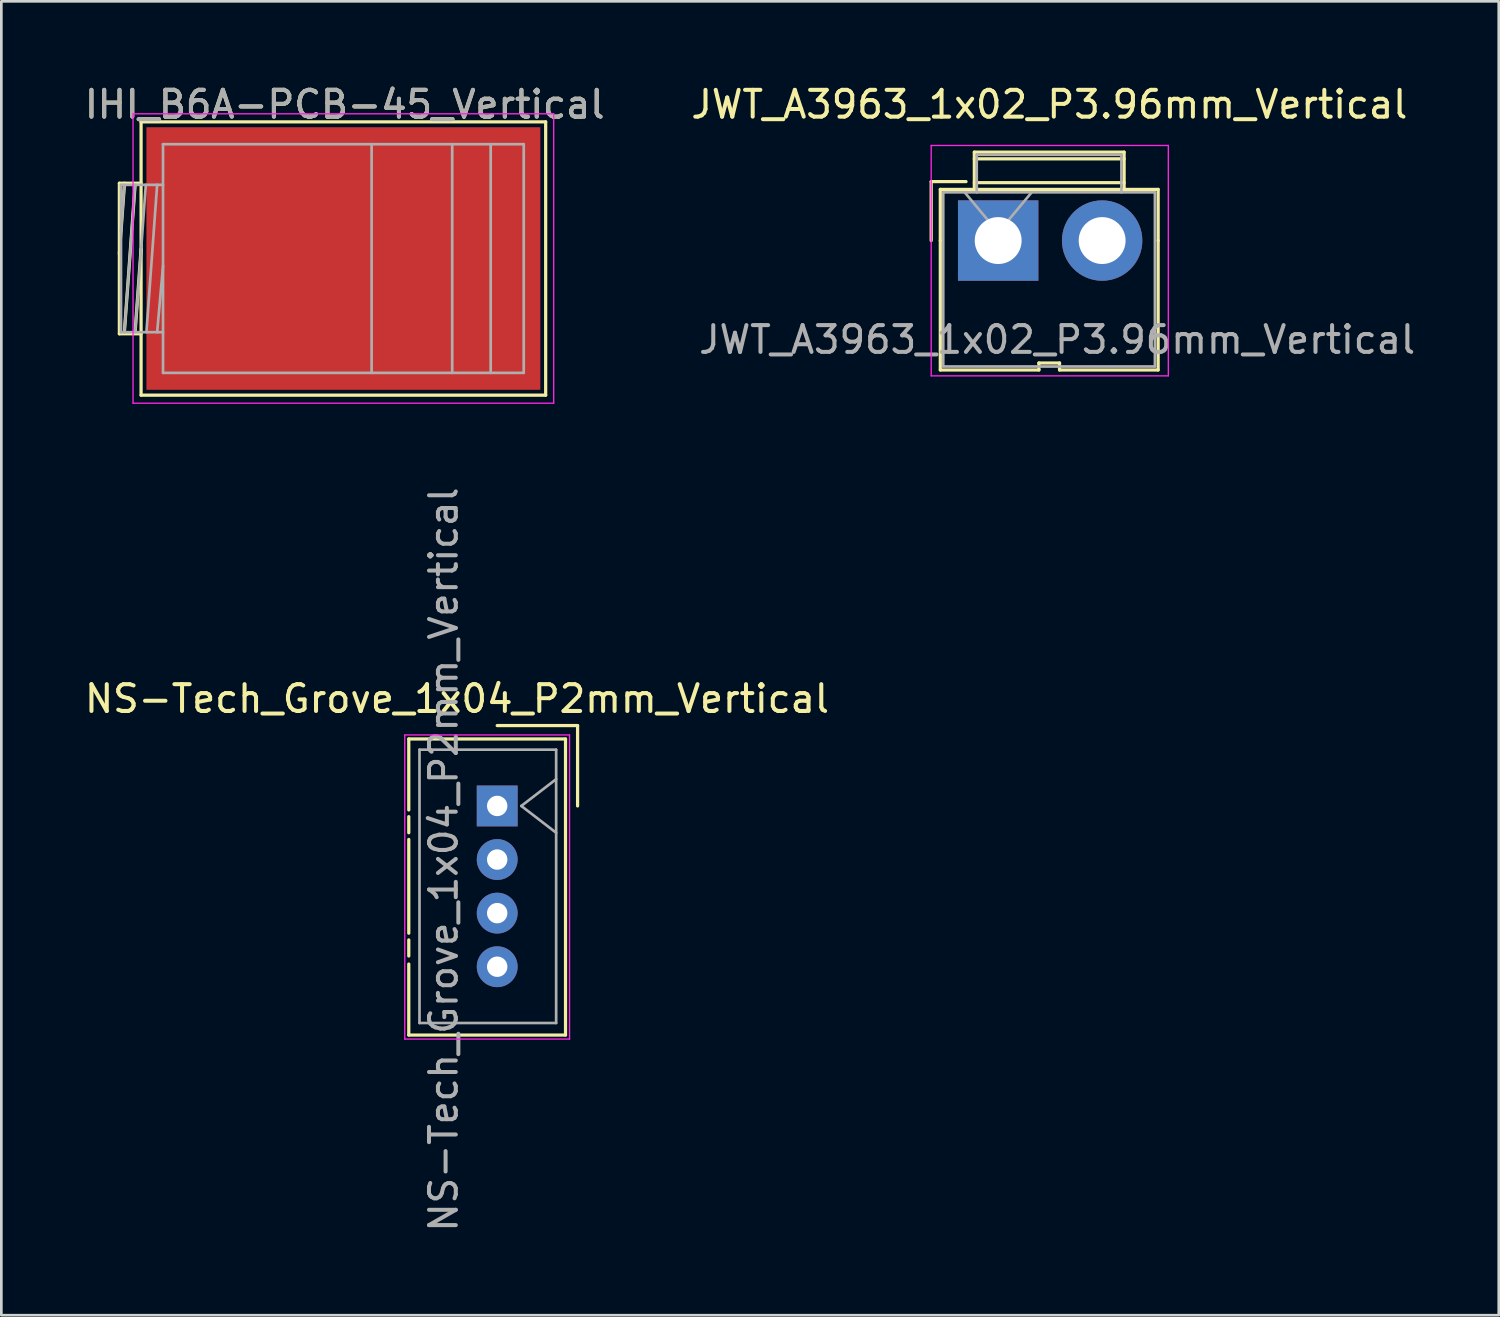
<source format=kicad_pcb>
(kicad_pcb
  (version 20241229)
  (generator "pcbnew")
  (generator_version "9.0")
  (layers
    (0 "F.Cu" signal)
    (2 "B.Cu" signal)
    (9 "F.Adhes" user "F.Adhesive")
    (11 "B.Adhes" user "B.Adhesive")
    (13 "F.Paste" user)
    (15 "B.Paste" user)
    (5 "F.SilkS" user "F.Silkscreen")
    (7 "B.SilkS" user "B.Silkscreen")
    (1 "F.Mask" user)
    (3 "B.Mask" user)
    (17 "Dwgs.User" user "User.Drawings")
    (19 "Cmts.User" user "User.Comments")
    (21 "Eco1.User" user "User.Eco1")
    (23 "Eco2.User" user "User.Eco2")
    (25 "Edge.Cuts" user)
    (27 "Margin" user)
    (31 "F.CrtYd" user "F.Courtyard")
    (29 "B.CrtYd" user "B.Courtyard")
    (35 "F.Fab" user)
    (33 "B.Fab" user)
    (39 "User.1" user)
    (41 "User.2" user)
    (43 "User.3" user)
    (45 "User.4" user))
  (footprint "JWT_A3963_1x02_P3.96mm_Vertical"
    (layer "F.Cu")
    (at 34.203 5.928)
    (property "Reference" "JWT_A3963_1x02_P3.96mm_Vertical" (at 1.91 -5.08 0) (layer "F.SilkS") (effects (font (size 1 1) (thickness 0.15))))
    (attr through_hole)
    (fp_line (start -2.5 -2.2) (end -2.5 0) (stroke (width 0.12) (type solid)) (layer "F.SilkS"))
    (fp_line (start -2.16 -1.91) (end -2.16 0) (stroke (width 0.12) (type solid)) (layer "F.SilkS"))
    (fp_line (start -2.16 -1.91) (end 5.97 -1.91) (stroke (width 0.12) (type solid)) (layer "F.SilkS"))
    (fp_line (start -2.16 0) (end -2.16 4.83) (stroke (width 0.12) (type solid)) (layer "F.SilkS"))
    (fp_line (start -1.2 -2.2) (end -2.5 -2.2) (stroke (width 0.12) (type solid)) (layer "F.SilkS"))
    (fp_line (start -0.89 -3.3) (end 4.7 -3.3) (stroke (width 0.12) (type solid)) (layer "F.SilkS"))
    (fp_line (start -0.89 -3.05) (end 4.7 -3.05) (stroke (width 0.12) (type solid)) (layer "F.SilkS"))
    (fp_line (start -0.89 -2.16) (end 4.7 -2.16) (stroke (width 0.12) (type solid)) (layer "F.SilkS"))
    (fp_line (start -0.89 -1.91) (end -0.89 -3.3) (stroke (width 0.12) (type solid)) (layer "F.SilkS"))
    (fp_line (start 1.52 4.57) (end 2.29 4.57) (stroke (width 0.12) (type solid)) (layer "F.SilkS"))
    (fp_line (start 1.52 4.83) (end -2.16 4.83) (stroke (width 0.12) (type solid)) (layer "F.SilkS"))
    (fp_line (start 1.52 4.83) (end 1.52 4.57) (stroke (width 0.12) (type solid)) (layer "F.SilkS"))
    (fp_line (start 2.29 4.57) (end 2.29 4.83) (stroke (width 0.12) (type solid)) (layer "F.SilkS"))
    (fp_line (start 2.29 4.83) (end 5.97 4.83) (stroke (width 0.12) (type solid)) (layer "F.SilkS"))
    (fp_line (start 4.7 -1.91) (end 4.7 -3.3) (stroke (width 0.12) (type solid)) (layer "F.SilkS"))
    (fp_line (start 5.97 -1.91) (end 5.97 0) (stroke (width 0.12) (type solid)) (layer "F.SilkS"))
    (fp_line (start 5.97 4.83) (end 5.97 0) (stroke (width 0.12) (type solid)) (layer "F.SilkS"))
    (fp_line (start -2.5 -3.55) (end 6.35 -3.55) (stroke (width 0.05) (type solid)) (layer "F.CrtYd"))
    (fp_line (start -2.5 5.05) (end -2.5 -3.55) (stroke (width 0.05) (type solid)) (layer "F.CrtYd"))
    (fp_line (start 6.35 -3.55) (end 6.35 5.05) (stroke (width 0.05) (type solid)) (layer "F.CrtYd"))
    (fp_line (start 6.35 5.05) (end -2.5 5.05) (stroke (width 0.05) (type solid)) (layer "F.CrtYd"))
    (fp_line (start -2.05 -1.8) (end 5.85 -1.8) (stroke (width 0.1) (type solid)) (layer "F.Fab"))
    (fp_line (start -2.05 4.7) (end -2.05 -1.8) (stroke (width 0.1) (type solid)) (layer "F.Fab"))
    (fp_line (start -1.25 -1.8) (end 0 -0.3) (stroke (width 0.1) (type solid)) (layer "F.Fab"))
    (fp_line (start -0.8 -3.2) (end 4.6 -3.2) (stroke (width 0.1) (type solid)) (layer "F.Fab"))
    (fp_line (start -0.8 -1.8) (end -0.8 -3.2) (stroke (width 0.1) (type solid)) (layer "F.Fab"))
    (fp_line (start 0 -0.3) (end 1.25 -1.8) (stroke (width 0.1) (type solid)) (layer "F.Fab"))
    (fp_line (start 4.6 -3.2) (end 4.6 -1.8) (stroke (width 0.1) (type solid)) (layer "F.Fab"))
    (fp_line (start 5.85 -1.8) (end 5.85 4.7) (stroke (width 0.1) (type solid)) (layer "F.Fab"))
    (fp_line (start 5.85 4.7) (end -2.05 4.7) (stroke (width 0.1) (type solid)) (layer "F.Fab"))
    (fp_text user "${REFERENCE}" (at 2.2 3.7 0) (layer "F.Fab") (effects (font (size 1 1) (thickness 0.15))))
    (pad "1" thru_hole rect (at 0 0) (size 3 3) (drill 1.75) (layers "*.Cu" "*.Mask"))
    (pad "2" thru_hole circle (at 3.88 0) (size 3 3) (drill 1.75) (layers "*.Cu" "*.Mask")))
  (footprint "NS-Tech_Grove_1x04_P2mm_Vertical"
    (layer "F.Cu")
    (at 15.506 27.029)
    (property "Reference" "NS-Tech_Grove_1x04_P2mm_Vertical" (at -1.5 -4 0) (layer "F.SilkS") (effects (font (size 1 1) (thickness 0.15))))
    (attr through_hole)
    (fp_line (start -3.3 -2.5) (end -3.3 0.15) (stroke (width 0.12) (type solid)) (layer "F.SilkS"))
    (fp_line (start -3.3 -2.5) (end 2.55 -2.5) (stroke (width 0.12) (type solid)) (layer "F.SilkS"))
    (fp_line (start -3.3 0.4) (end -3.3 1) (stroke (width 0.12) (type solid)) (layer "F.SilkS"))
    (fp_line (start -3.3 1.25) (end -3.3 4.75) (stroke (width 0.12) (type solid)) (layer "F.SilkS"))
    (fp_line (start -3.3 5) (end -3.3 5.6) (stroke (width 0.12) (type solid)) (layer "F.SilkS"))
    (fp_line (start -3.3 5.9) (end -3.3 8.55) (stroke (width 0.12) (type solid)) (layer "F.SilkS"))
    (fp_line (start -3.3 8.55) (end 2.55 8.55) (stroke (width 0.12) (type solid)) (layer "F.SilkS"))
    (fp_line (start 0 -3) (end 3 -3) (stroke (width 0.12) (type solid)) (layer "F.SilkS"))
    (fp_line (start 2.55 -2.5) (end 2.55 8.55) (stroke (width 0.12) (type solid)) (layer "F.SilkS"))
    (fp_line (start 3 -3) (end 3 0) (stroke (width 0.12) (type solid)) (layer "F.SilkS"))
    (fp_line (start -3.45 -2.65) (end -3.45 8.7) (stroke (width 0.05) (type solid)) (layer "F.CrtYd"))
    (fp_line (start -3.45 -2.65) (end 2.7 -2.65) (stroke (width 0.05) (type solid)) (layer "F.CrtYd"))
    (fp_line (start -3.45 8.7) (end 2.7 8.7) (stroke (width 0.05) (type solid)) (layer "F.CrtYd"))
    (fp_line (start 2.7 8.7) (end 2.7 -2.65) (stroke (width 0.05) (type solid)) (layer "F.CrtYd"))
    (fp_line (start -2.9 -2.1) (end 2.2 -2.1) (stroke (width 0.1) (type solid)) (layer "F.Fab"))
    (fp_line (start -2.9 8.1) (end -2.9 -2.1) (stroke (width 0.1) (type solid)) (layer "F.Fab"))
    (fp_line (start 0.9 0) (end 2.2 1) (stroke (width 0.1) (type solid)) (layer "F.Fab"))
    (fp_line (start 2.2 -2.1) (end 2.2 8.1) (stroke (width 0.1) (type solid)) (layer "F.Fab"))
    (fp_line (start 2.2 -1) (end 0.9 0) (stroke (width 0.1) (type solid)) (layer "F.Fab"))
    (fp_line (start 2.2 8.1) (end -2.9 8.1) (stroke (width 0.1) (type solid)) (layer "F.Fab"))
    (fp_text user "${REFERENCE}" (at -2 2 90) (layer "F.Fab") (effects (font (size 1 1) (thickness 0.15))))
    (pad "1" thru_hole rect (at 0 0) (size 1.524 1.524) (drill 0.762) (layers "*.Cu" "*.Mask"))
    (pad "2" thru_hole circle (at 0 2) (size 1.524 1.524) (drill 0.762) (layers "*.Cu" "*.Mask"))
    (pad "3" thru_hole circle (at 0 4) (size 1.524 1.524) (drill 0.762) (layers "*.Cu" "*.Mask"))
    (pad "4" thru_hole circle (at 0 6) (size 1.524 1.524) (drill 0.762) (layers "*.Cu" "*.Mask")))
  (footprint "IHI_B6A-PCB-45_Vertical"
    (layer "F.Cu")
    (at 9.765 6.598)
    (property "Reference" "IHI_B6A-PCB-45_Vertical" (at 0.05 -5.75 0) (layer "F.SilkS") (effects (font (size 1 1) (thickness 0.15))))
    (attr smd)
    (fp_line (start -8.36 -2.81) (end -7.55 -2.81) (stroke (width 0.12) (type solid)) (layer "F.SilkS"))
    (fp_line (start -8.36 -0.175) (end -8.168 -2.81) (stroke (width 0.12) (type solid)) (layer "F.SilkS"))
    (fp_line (start -8.36 2.81) (end -8.36 -2.81) (stroke (width 0.12) (type solid)) (layer "F.SilkS"))
    (fp_line (start -7.773 -2.75) (end -8.173 2.75) (stroke (width 0.12) (type solid)) (layer "F.SilkS"))
    (fp_line (start -7.773 2.75) (end -7.55 -0.35) (stroke (width 0.12) (type solid)) (layer "F.SilkS"))
    (fp_line (start -7.55 -5.1) (end 7.55 -5.1) (stroke (width 0.12) (type solid)) (layer "F.SilkS"))
    (fp_line (start -7.55 2.81) (end -8.36 2.81) (stroke (width 0.12) (type solid)) (layer "F.SilkS"))
    (fp_line (start -7.55 5.1) (end -7.55 -5.1) (stroke (width 0.12) (type solid)) (layer "F.SilkS"))
    (fp_line (start 7.55 -5.1) (end 7.55 5.1) (stroke (width 0.12) (type solid)) (layer "F.SilkS"))
    (fp_line (start 7.55 5.1) (end -7.55 5.1) (stroke (width 0.12) (type solid)) (layer "F.SilkS"))
    (fp_line (start -7.85 -5.4) (end 7.85 -5.4) (stroke (width 0.05) (type solid)) (layer "F.CrtYd"))
    (fp_line (start -7.85 5.4) (end -7.85 -5.4) (stroke (width 0.05) (type solid)) (layer "F.CrtYd"))
    (fp_line (start 7.85 -5.4) (end 7.85 5.4) (stroke (width 0.05) (type solid)) (layer "F.CrtYd"))
    (fp_line (start 7.85 5.4) (end -7.85 5.4) (stroke (width 0.05) (type solid)) (layer "F.CrtYd"))
    (fp_line (start -8.3 -2.75) (end -6.731 -2.75) (stroke (width 0.1) (type solid)) (layer "F.Fab"))
    (fp_line (start -8.3 -1) (end -8.173 -2.75) (stroke (width 0.1) (type solid)) (layer "F.Fab"))
    (fp_line (start -8.3 2.75) (end -8.3 -2.75) (stroke (width 0.1) (type solid)) (layer "F.Fab"))
    (fp_line (start -7.773 -2.75) (end -8.173 2.75) (stroke (width 0.1) (type solid)) (layer "F.Fab"))
    (fp_line (start -7.773 2.75) (end -7.373 -2.75) (stroke (width 0.1) (type solid)) (layer "F.Fab"))
    (fp_line (start -7.35 2.75) (end -6.95 -2.75) (stroke (width 0.1) (type solid)) (layer "F.Fab"))
    (fp_line (start -6.95 2.75) (end -6.73 0.275) (stroke (width 0.1) (type solid)) (layer "F.Fab"))
    (fp_line (start -6.731 2.75) (end -8.3 2.75) (stroke (width 0.1) (type solid)) (layer "F.Fab"))
    (fp_line (start -6.731 4.267) (end -6.731 -4.267) (stroke (width 0.1) (type solid)) (layer "F.Fab"))
    (fp_line (start -6.731 4.267) (end 6.731 4.267) (stroke (width 0.1) (type solid)) (layer "F.Fab"))
    (fp_line (start 1.054 -4.267) (end 1.054 4.267) (stroke (width 0.1) (type solid)) (layer "F.Fab"))
    (fp_line (start 4.062 -4.267) (end 4.062 4.267) (stroke (width 0.1) (type solid)) (layer "F.Fab"))
    (fp_line (start 5.498 -4.267) (end 5.498 4.267) (stroke (width 0.1) (type solid)) (layer "F.Fab"))
    (fp_line (start 6.731 -4.267) (end -6.731 -4.267) (stroke (width 0.1) (type solid)) (layer "F.Fab"))
    (fp_line (start 6.731 -4.267) (end 6.731 4.267) (stroke (width 0.1) (type solid)) (layer "F.Fab"))
    (fp_text user "${REFERENCE}" (at 0.05 -5.75 0) (layer "F.Fab") (effects (font (size 1 1) (thickness 0.15))))
    (pad "" smd rect (at -6.05 -3.85 180) (size 1.3 0.8) (layers "F.Paste"))
    (pad "" smd rect (at -6.05 -2.75 180) (size 1.3 0.8) (layers "F.Paste"))
    (pad "" smd rect (at -6.05 -1.65 180) (size 1.3 0.8) (layers "F.Paste"))
    (pad "" smd rect (at -6.05 -0.55 180) (size 1.3 0.8) (layers "F.Paste"))
    (pad "" smd rect (at -6.05 0.55 180) (size 1.3 0.8) (layers "F.Paste"))
    (pad "" smd rect (at -6.05 1.65 180) (size 1.3 0.8) (layers "F.Paste"))
    (pad "" smd rect (at -6.05 2.75 180) (size 1.3 0.8) (layers "F.Paste"))
    (pad "" smd rect (at -6.05 3.85 180) (size 1.3 0.8) (layers "F.Paste"))
    (pad "" smd rect (at -4.45 -3.85 180) (size 1.3 0.8) (layers "F.Paste"))
    (pad "" smd rect (at -4.45 -2.75 180) (size 1.3 0.8) (layers "F.Paste"))
    (pad "" smd rect (at -4.45 -1.65 180) (size 1.3 0.8) (layers "F.Paste"))
    (pad "" smd rect (at -4.45 -0.55 180) (size 1.3 0.8) (layers "F.Paste"))
    (pad "" smd rect (at -4.45 0.55 180) (size 1.3 0.8) (layers "F.Paste"))
    (pad "" smd rect (at -4.45 1.65 180) (size 1.3 0.8) (layers "F.Paste"))
    (pad "" smd rect (at -4.45 2.75 180) (size 1.3 0.8) (layers "F.Paste"))
    (pad "" smd rect (at -4.45 3.85 180) (size 1.3 0.8) (layers "F.Paste"))
    (pad "" smd rect (at -2.85 -3.85 180) (size 1.3 0.8) (layers "F.Paste"))
    (pad "" smd rect (at -2.85 -2.75 180) (size 1.3 0.8) (layers "F.Paste"))
    (pad "" smd rect (at -2.85 -1.65 180) (size 1.3 0.8) (layers "F.Paste"))
    (pad "" smd rect (at -2.85 -0.55 180) (size 1.3 0.8) (layers "F.Paste"))
    (pad "" smd rect (at -2.85 0.55 180) (size 1.3 0.8) (layers "F.Paste"))
    (pad "" smd rect (at -2.85 1.65 180) (size 1.3 0.8) (layers "F.Paste"))
    (pad "" smd rect (at -2.85 2.75 180) (size 1.3 0.8) (layers "F.Paste"))
    (pad "" smd rect (at -2.85 3.85 180) (size 1.3 0.8) (layers "F.Paste"))
    (pad "" smd rect (at -1.25 -3.85 180) (size 1.3 0.8) (layers "F.Paste"))
    (pad "" smd rect (at -1.25 -2.75 180) (size 1.3 0.8) (layers "F.Paste"))
    (pad "" smd rect (at -1.25 -1.65 180) (size 1.3 0.8) (layers "F.Paste"))
    (pad "" smd rect (at -1.25 -0.55 180) (size 1.3 0.8) (layers "F.Paste"))
    (pad "" smd rect (at -1.25 0.55 180) (size 1.3 0.8) (layers "F.Paste"))
    (pad "" smd rect (at -1.25 1.65 180) (size 1.3 0.8) (layers "F.Paste"))
    (pad "" smd rect (at -1.25 2.75 180) (size 1.3 0.8) (layers "F.Paste"))
    (pad "" smd rect (at -1.25 3.85 180) (size 1.3 0.8) (layers "F.Paste"))
    (pad "" smd rect (at 0.35 -3.85 180) (size 1.3 0.8) (layers "F.Paste"))
    (pad "" smd rect (at 0.35 -2.75 180) (size 1.3 0.8) (layers "F.Paste"))
    (pad "" smd rect (at 0.35 -1.65 180) (size 1.3 0.8) (layers "F.Paste"))
    (pad "" smd rect (at 0.35 -0.55 180) (size 1.3 0.8) (layers "F.Paste"))
    (pad "" smd rect (at 0.35 0.55 180) (size 1.3 0.8) (layers "F.Paste"))
    (pad "" smd rect (at 0.35 1.65 180) (size 1.3 0.8) (layers "F.Paste"))
    (pad "" smd rect (at 0.35 2.75 180) (size 1.3 0.8) (layers "F.Paste"))
    (pad "" smd rect (at 0.35 3.85 180) (size 1.3 0.8) (layers "F.Paste"))
    (pad "" smd rect (at 4.78 -3.85 180) (size 1.3 0.8) (layers "F.Paste"))
    (pad "" smd rect (at 4.78 -2.75 180) (size 1.3 0.8) (layers "F.Paste"))
    (pad "" smd rect (at 4.78 -1.65 180) (size 1.3 0.8) (layers "F.Paste"))
    (pad "" smd rect (at 4.78 -0.55 180) (size 1.3 0.8) (layers "F.Paste"))
    (pad "" smd rect (at 4.78 0.55 180) (size 1.3 0.8) (layers "F.Paste"))
    (pad "" smd rect (at 4.78 1.65 180) (size 1.3 0.8) (layers "F.Paste"))
    (pad "" smd rect (at 4.78 2.75 180) (size 1.3 0.8) (layers "F.Paste"))
    (pad "" smd rect (at 4.78 3.85 180) (size 1.3 0.8) (layers "F.Paste"))
    (pad "1" smd rect (at 0 0 180) (size 14.7 9.8) (layers "F.Cu" "F.Mask")))
  (gr_rect
    (start -3 -3)
    (end 52.885 46.035)
    (stroke (width 0.1) (type default))
    (fill no)
    (layer "Edge.Cuts")))
</source>
